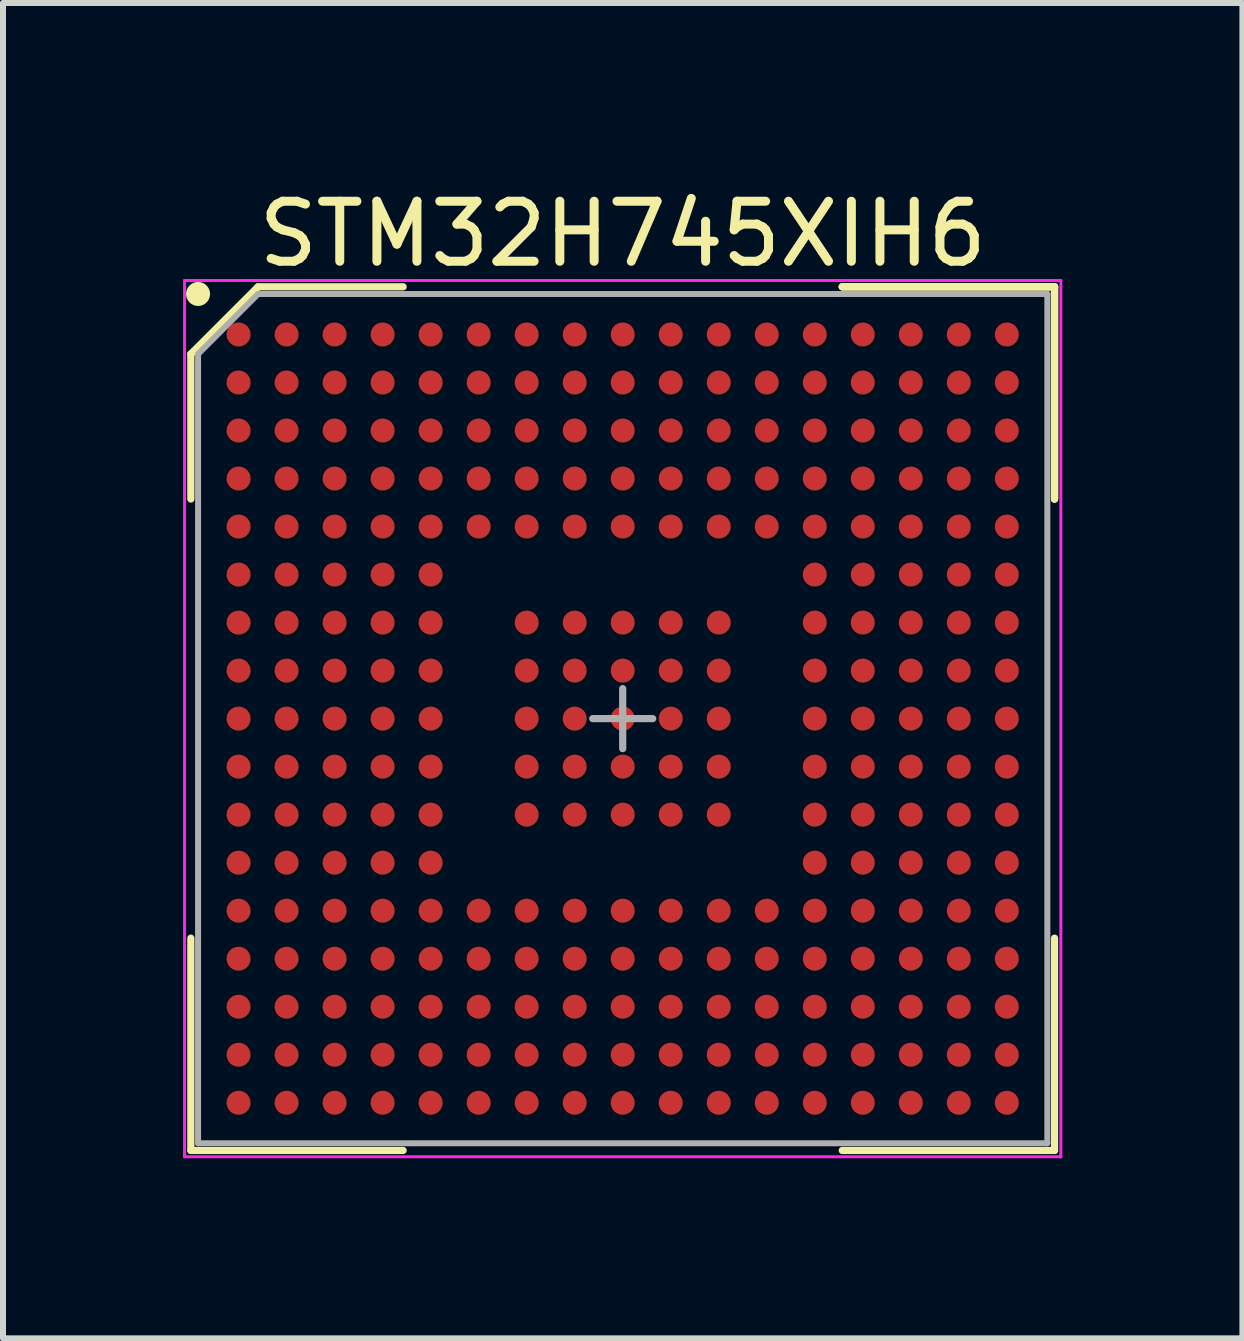
<source format=kicad_pcb>
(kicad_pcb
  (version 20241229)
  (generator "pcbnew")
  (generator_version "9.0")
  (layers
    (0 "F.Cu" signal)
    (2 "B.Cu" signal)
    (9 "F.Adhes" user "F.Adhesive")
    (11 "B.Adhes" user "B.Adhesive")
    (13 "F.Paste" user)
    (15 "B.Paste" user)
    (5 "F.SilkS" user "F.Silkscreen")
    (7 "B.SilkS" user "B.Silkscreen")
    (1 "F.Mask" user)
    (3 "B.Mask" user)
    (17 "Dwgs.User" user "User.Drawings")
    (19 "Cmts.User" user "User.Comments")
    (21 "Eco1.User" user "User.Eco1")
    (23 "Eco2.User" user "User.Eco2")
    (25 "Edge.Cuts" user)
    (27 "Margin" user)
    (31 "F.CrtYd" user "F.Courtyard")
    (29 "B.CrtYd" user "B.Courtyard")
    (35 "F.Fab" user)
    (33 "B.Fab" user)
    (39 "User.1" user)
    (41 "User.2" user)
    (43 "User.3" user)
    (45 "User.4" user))
  (footprint "STM32H745XIH6"
    (layer "F.Cu")
    (at 7.325 8.923)
    (property "Reference" "STM32H745XIH6" (at 0 -8.075 0) (layer "F.SilkS") (effects (font (size 1 1) (thickness 0.15))))
    (attr smd)
    (fp_line (start -7.195 -6.075) (end -7.195 -3.658) (stroke (width 0.12) (type solid)) (layer "F.SilkS"))
    (fp_line (start -7.195 7.195) (end -7.195 3.658) (stroke (width 0.12) (type solid)) (layer "F.SilkS"))
    (fp_line (start -6.075 -7.195) (end -7.195 -6.075) (stroke (width 0.12) (type solid)) (layer "F.SilkS"))
    (fp_line (start -3.658 -7.195) (end -6.075 -7.195) (stroke (width 0.12) (type solid)) (layer "F.SilkS"))
    (fp_line (start -3.658 7.195) (end -7.195 7.195) (stroke (width 0.12) (type solid)) (layer "F.SilkS"))
    (fp_line (start 3.658 -7.195) (end 7.195 -7.195) (stroke (width 0.12) (type solid)) (layer "F.SilkS"))
    (fp_line (start 3.658 -7.195) (end 7.195 -7.195) (stroke (width 0.12) (type solid)) (layer "F.SilkS"))
    (fp_line (start 3.658 -7.195) (end 7.195 -7.195) (stroke (width 0.12) (type solid)) (layer "F.SilkS"))
    (fp_line (start 3.658 7.195) (end 7.195 7.195) (stroke (width 0.12) (type solid)) (layer "F.SilkS"))
    (fp_line (start 7.195 -7.195) (end 7.195 -3.658) (stroke (width 0.12) (type solid)) (layer "F.SilkS"))
    (fp_line (start 7.195 -7.195) (end 7.195 -3.658) (stroke (width 0.12) (type solid)) (layer "F.SilkS"))
    (fp_line (start 7.195 -7.195) (end 7.195 -3.658) (stroke (width 0.12) (type solid)) (layer "F.SilkS"))
    (fp_line (start 7.195 7.195) (end 7.195 3.658) (stroke (width 0.12) (type solid)) (layer "F.SilkS"))
    (fp_circle (center -7.075 -7.075) (end -7.075 -6.975) (stroke (width 0.2) (type solid)) (fill no) (layer "F.SilkS"))
    (fp_line (start -7.3 -7.3) (end 7.3 -7.3) (stroke (width 0.05) (type solid)) (layer "F.CrtYd"))
    (fp_line (start -7.3 7.3) (end -7.3 -7.3) (stroke (width 0.05) (type solid)) (layer "F.CrtYd"))
    (fp_line (start 7.3 -7.3) (end 7.3 7.3) (stroke (width 0.05) (type solid)) (layer "F.CrtYd"))
    (fp_line (start 7.3 7.3) (end -7.3 7.3) (stroke (width 0.05) (type solid)) (layer "F.CrtYd"))
    (fp_line (start -7.075 -6.075) (end -7.075 7.075) (stroke (width 0.1) (type solid)) (layer "F.Fab"))
    (fp_line (start -7.075 7.075) (end 7.075 7.075) (stroke (width 0.1) (type solid)) (layer "F.Fab"))
    (fp_line (start -6.075 -7.075) (end -7.075 -6.075) (stroke (width 0.1) (type solid)) (layer "F.Fab"))
    (fp_line (start -0.5 0) (end 0.5 0) (stroke (width 0.12) (type solid)) (layer "F.Fab"))
    (fp_line (start 0 -0.5) (end 0 0.5) (stroke (width 0.12) (type solid)) (layer "F.Fab"))
    (fp_line (start 7.075 -7.075) (end -6.075 -7.075) (stroke (width 0.1) (type solid)) (layer "F.Fab"))
    (fp_line (start 7.075 7.075) (end 7.075 -7.075) (stroke (width 0.1) (type solid)) (layer "F.Fab"))
    (pad "A1" smd circle (at -6.4 -6.4) (size 0.4 0.4) (layers "F.Cu" "F.Mask" "F.Paste"))
    (pad "A2" smd circle (at -5.6 -6.4) (size 0.4 0.4) (layers "F.Cu" "F.Mask" "F.Paste"))
    (pad "A3" smd circle (at -4.8 -6.4) (size 0.4 0.4) (layers "F.Cu" "F.Mask" "F.Paste"))
    (pad "A4" smd circle (at -4 -6.4) (size 0.4 0.4) (layers "F.Cu" "F.Mask" "F.Paste"))
    (pad "A5" smd circle (at -3.2 -6.4) (size 0.4 0.4) (layers "F.Cu" "F.Mask" "F.Paste"))
    (pad "A6" smd circle (at -2.4 -6.4) (size 0.4 0.4) (layers "F.Cu" "F.Mask" "F.Paste"))
    (pad "A7" smd circle (at -1.6 -6.4) (size 0.4 0.4) (layers "F.Cu" "F.Mask" "F.Paste"))
    (pad "A8" smd circle (at -0.8 -6.4) (size 0.4 0.4) (layers "F.Cu" "F.Mask" "F.Paste"))
    (pad "A9" smd circle (at 0 -6.4) (size 0.4 0.4) (layers "F.Cu" "F.Mask" "F.Paste"))
    (pad "A10" smd circle (at 0.8 -6.4) (size 0.4 0.4) (layers "F.Cu" "F.Mask" "F.Paste"))
    (pad "A11" smd circle (at 1.6 -6.4) (size 0.4 0.4) (layers "F.Cu" "F.Mask" "F.Paste"))
    (pad "A12" smd circle (at 2.4 -6.4) (size 0.4 0.4) (layers "F.Cu" "F.Mask" "F.Paste"))
    (pad "A13" smd circle (at 3.2 -6.4) (size 0.4 0.4) (layers "F.Cu" "F.Mask" "F.Paste"))
    (pad "A14" smd circle (at 4 -6.4) (size 0.4 0.4) (layers "F.Cu" "F.Mask" "F.Paste"))
    (pad "A15" smd circle (at 4.8 -6.4) (size 0.4 0.4) (layers "F.Cu" "F.Mask" "F.Paste"))
    (pad "A16" smd circle (at 5.6 -6.4) (size 0.4 0.4) (layers "F.Cu" "F.Mask" "F.Paste"))
    (pad "A17" smd circle (at 6.4 -6.4) (size 0.4 0.4) (layers "F.Cu" "F.Mask" "F.Paste"))
    (pad "B1" smd circle (at -6.4 -5.6) (size 0.4 0.4) (layers "F.Cu" "F.Mask" "F.Paste"))
    (pad "B2" smd circle (at -5.6 -5.6) (size 0.4 0.4) (layers "F.Cu" "F.Mask" "F.Paste"))
    (pad "B3" smd circle (at -4.8 -5.6) (size 0.4 0.4) (layers "F.Cu" "F.Mask" "F.Paste"))
    (pad "B4" smd circle (at -4 -5.6) (size 0.4 0.4) (layers "F.Cu" "F.Mask" "F.Paste"))
    (pad "B5" smd circle (at -3.2 -5.6) (size 0.4 0.4) (layers "F.Cu" "F.Mask" "F.Paste"))
    (pad "B6" smd circle (at -2.4 -5.6) (size 0.4 0.4) (layers "F.Cu" "F.Mask" "F.Paste"))
    (pad "B7" smd circle (at -1.6 -5.6) (size 0.4 0.4) (layers "F.Cu" "F.Mask" "F.Paste"))
    (pad "B8" smd circle (at -0.8 -5.6) (size 0.4 0.4) (layers "F.Cu" "F.Mask" "F.Paste"))
    (pad "B9" smd circle (at 0 -5.6) (size 0.4 0.4) (layers "F.Cu" "F.Mask" "F.Paste"))
    (pad "B10" smd circle (at 0.8 -5.6) (size 0.4 0.4) (layers "F.Cu" "F.Mask" "F.Paste"))
    (pad "B11" smd circle (at 1.6 -5.6) (size 0.4 0.4) (layers "F.Cu" "F.Mask" "F.Paste"))
    (pad "B12" smd circle (at 2.4 -5.6) (size 0.4 0.4) (layers "F.Cu" "F.Mask" "F.Paste"))
    (pad "B13" smd circle (at 3.2 -5.6) (size 0.4 0.4) (layers "F.Cu" "F.Mask" "F.Paste"))
    (pad "B14" smd circle (at 4 -5.6) (size 0.4 0.4) (layers "F.Cu" "F.Mask" "F.Paste"))
    (pad "B15" smd circle (at 4.8 -5.6) (size 0.4 0.4) (layers "F.Cu" "F.Mask" "F.Paste"))
    (pad "B16" smd circle (at 5.6 -5.6) (size 0.4 0.4) (layers "F.Cu" "F.Mask" "F.Paste"))
    (pad "B17" smd circle (at 6.4 -5.6) (size 0.4 0.4) (layers "F.Cu" "F.Mask" "F.Paste"))
    (pad "C1" smd circle (at -6.4 -4.8) (size 0.4 0.4) (layers "F.Cu" "F.Mask" "F.Paste"))
    (pad "C2" smd circle (at -5.6 -4.8) (size 0.4 0.4) (layers "F.Cu" "F.Mask" "F.Paste"))
    (pad "C3" smd circle (at -4.8 -4.8) (size 0.4 0.4) (layers "F.Cu" "F.Mask" "F.Paste"))
    (pad "C4" smd circle (at -4 -4.8) (size 0.4 0.4) (layers "F.Cu" "F.Mask" "F.Paste"))
    (pad "C5" smd circle (at -3.2 -4.8) (size 0.4 0.4) (layers "F.Cu" "F.Mask" "F.Paste"))
    (pad "C6" smd circle (at -2.4 -4.8) (size 0.4 0.4) (layers "F.Cu" "F.Mask" "F.Paste"))
    (pad "C7" smd circle (at -1.6 -4.8) (size 0.4 0.4) (layers "F.Cu" "F.Mask" "F.Paste"))
    (pad "C8" smd circle (at -0.8 -4.8) (size 0.4 0.4) (layers "F.Cu" "F.Mask" "F.Paste"))
    (pad "C9" smd circle (at 0 -4.8) (size 0.4 0.4) (layers "F.Cu" "F.Mask" "F.Paste"))
    (pad "C10" smd circle (at 0.8 -4.8) (size 0.4 0.4) (layers "F.Cu" "F.Mask" "F.Paste"))
    (pad "C11" smd circle (at 1.6 -4.8) (size 0.4 0.4) (layers "F.Cu" "F.Mask" "F.Paste"))
    (pad "C12" smd circle (at 2.4 -4.8) (size 0.4 0.4) (layers "F.Cu" "F.Mask" "F.Paste"))
    (pad "C13" smd circle (at 3.2 -4.8) (size 0.4 0.4) (layers "F.Cu" "F.Mask" "F.Paste"))
    (pad "C14" smd circle (at 4 -4.8) (size 0.4 0.4) (layers "F.Cu" "F.Mask" "F.Paste"))
    (pad "C15" smd circle (at 4.8 -4.8) (size 0.4 0.4) (layers "F.Cu" "F.Mask" "F.Paste"))
    (pad "C16" smd circle (at 5.6 -4.8) (size 0.4 0.4) (layers "F.Cu" "F.Mask" "F.Paste"))
    (pad "C17" smd circle (at 6.4 -4.8) (size 0.4 0.4) (layers "F.Cu" "F.Mask" "F.Paste"))
    (pad "D1" smd circle (at -6.4 -4) (size 0.4 0.4) (layers "F.Cu" "F.Mask" "F.Paste"))
    (pad "D2" smd circle (at -5.6 -4) (size 0.4 0.4) (layers "F.Cu" "F.Mask" "F.Paste"))
    (pad "D3" smd circle (at -4.8 -4) (size 0.4 0.4) (layers "F.Cu" "F.Mask" "F.Paste"))
    (pad "D4" smd circle (at -4 -4) (size 0.4 0.4) (layers "F.Cu" "F.Mask" "F.Paste"))
    (pad "D5" smd circle (at -3.2 -4) (size 0.4 0.4) (layers "F.Cu" "F.Mask" "F.Paste"))
    (pad "D6" smd circle (at -2.4 -4) (size 0.4 0.4) (layers "F.Cu" "F.Mask" "F.Paste"))
    (pad "D7" smd circle (at -1.6 -4) (size 0.4 0.4) (layers "F.Cu" "F.Mask" "F.Paste"))
    (pad "D8" smd circle (at -0.8 -4) (size 0.4 0.4) (layers "F.Cu" "F.Mask" "F.Paste"))
    (pad "D9" smd circle (at 0 -4) (size 0.4 0.4) (layers "F.Cu" "F.Mask" "F.Paste"))
    (pad "D10" smd circle (at 0.8 -4) (size 0.4 0.4) (layers "F.Cu" "F.Mask" "F.Paste"))
    (pad "D11" smd circle (at 1.6 -4) (size 0.4 0.4) (layers "F.Cu" "F.Mask" "F.Paste"))
    (pad "D12" smd circle (at 2.4 -4) (size 0.4 0.4) (layers "F.Cu" "F.Mask" "F.Paste"))
    (pad "D13" smd circle (at 3.2 -4) (size 0.4 0.4) (layers "F.Cu" "F.Mask" "F.Paste"))
    (pad "D14" smd circle (at 4 -4) (size 0.4 0.4) (layers "F.Cu" "F.Mask" "F.Paste"))
    (pad "D15" smd circle (at 4.8 -4) (size 0.4 0.4) (layers "F.Cu" "F.Mask" "F.Paste"))
    (pad "D16" smd circle (at 5.6 -4) (size 0.4 0.4) (layers "F.Cu" "F.Mask" "F.Paste"))
    (pad "D17" smd circle (at 6.4 -4) (size 0.4 0.4) (layers "F.Cu" "F.Mask" "F.Paste"))
    (pad "E1" smd circle (at -6.4 -3.2) (size 0.4 0.4) (layers "F.Cu" "F.Mask" "F.Paste"))
    (pad "E2" smd circle (at -5.6 -3.2) (size 0.4 0.4) (layers "F.Cu" "F.Mask" "F.Paste"))
    (pad "E3" smd circle (at -4.8 -3.2) (size 0.4 0.4) (layers "F.Cu" "F.Mask" "F.Paste"))
    (pad "E4" smd circle (at -4 -3.2) (size 0.4 0.4) (layers "F.Cu" "F.Mask" "F.Paste"))
    (pad "E5" smd circle (at -3.2 -3.2) (size 0.4 0.4) (layers "F.Cu" "F.Mask" "F.Paste"))
    (pad "E6" smd circle (at -2.4 -3.2) (size 0.4 0.4) (layers "F.Cu" "F.Mask" "F.Paste"))
    (pad "E7" smd circle (at -1.6 -3.2) (size 0.4 0.4) (layers "F.Cu" "F.Mask" "F.Paste"))
    (pad "E8" smd circle (at -0.8 -3.2) (size 0.4 0.4) (layers "F.Cu" "F.Mask" "F.Paste"))
    (pad "E9" smd circle (at 0 -3.2) (size 0.4 0.4) (layers "F.Cu" "F.Mask" "F.Paste"))
    (pad "E10" smd circle (at 0.8 -3.2) (size 0.4 0.4) (layers "F.Cu" "F.Mask" "F.Paste"))
    (pad "E11" smd circle (at 1.6 -3.2) (size 0.4 0.4) (layers "F.Cu" "F.Mask" "F.Paste"))
    (pad "E12" smd circle (at 2.4 -3.2) (size 0.4 0.4) (layers "F.Cu" "F.Mask" "F.Paste"))
    (pad "E13" smd circle (at 3.2 -3.2) (size 0.4 0.4) (layers "F.Cu" "F.Mask" "F.Paste"))
    (pad "E14" smd circle (at 4 -3.2) (size 0.4 0.4) (layers "F.Cu" "F.Mask" "F.Paste"))
    (pad "E15" smd circle (at 4.8 -3.2) (size 0.4 0.4) (layers "F.Cu" "F.Mask" "F.Paste"))
    (pad "E16" smd circle (at 5.6 -3.2) (size 0.4 0.4) (layers "F.Cu" "F.Mask" "F.Paste"))
    (pad "E17" smd circle (at 6.4 -3.2) (size 0.4 0.4) (layers "F.Cu" "F.Mask" "F.Paste"))
    (pad "F1" smd circle (at -6.4 -2.4) (size 0.4 0.4) (layers "F.Cu" "F.Mask" "F.Paste"))
    (pad "F2" smd circle (at -5.6 -2.4) (size 0.4 0.4) (layers "F.Cu" "F.Mask" "F.Paste"))
    (pad "F3" smd circle (at -4.8 -2.4) (size 0.4 0.4) (layers "F.Cu" "F.Mask" "F.Paste"))
    (pad "F4" smd circle (at -4 -2.4) (size 0.4 0.4) (layers "F.Cu" "F.Mask" "F.Paste"))
    (pad "F5" smd circle (at -3.2 -2.4) (size 0.4 0.4) (layers "F.Cu" "F.Mask" "F.Paste"))
    (pad "F13" smd circle (at 3.2 -2.4) (size 0.4 0.4) (layers "F.Cu" "F.Mask" "F.Paste"))
    (pad "F14" smd circle (at 4 -2.4) (size 0.4 0.4) (layers "F.Cu" "F.Mask" "F.Paste"))
    (pad "F15" smd circle (at 4.8 -2.4) (size 0.4 0.4) (layers "F.Cu" "F.Mask" "F.Paste"))
    (pad "F16" smd circle (at 5.6 -2.4) (size 0.4 0.4) (layers "F.Cu" "F.Mask" "F.Paste"))
    (pad "F17" smd circle (at 6.4 -2.4) (size 0.4 0.4) (layers "F.Cu" "F.Mask" "F.Paste"))
    (pad "G1" smd circle (at -6.4 -1.6) (size 0.4 0.4) (layers "F.Cu" "F.Mask" "F.Paste"))
    (pad "G2" smd circle (at -5.6 -1.6) (size 0.4 0.4) (layers "F.Cu" "F.Mask" "F.Paste"))
    (pad "G3" smd circle (at -4.8 -1.6) (size 0.4 0.4) (layers "F.Cu" "F.Mask" "F.Paste"))
    (pad "G4" smd circle (at -4 -1.6) (size 0.4 0.4) (layers "F.Cu" "F.Mask" "F.Paste"))
    (pad "G5" smd circle (at -3.2 -1.6) (size 0.4 0.4) (layers "F.Cu" "F.Mask" "F.Paste"))
    (pad "G7" smd circle (at -1.6 -1.6) (size 0.4 0.4) (layers "F.Cu" "F.Mask" "F.Paste"))
    (pad "G8" smd circle (at -0.8 -1.6) (size 0.4 0.4) (layers "F.Cu" "F.Mask" "F.Paste"))
    (pad "G9" smd circle (at 0 -1.6) (size 0.4 0.4) (layers "F.Cu" "F.Mask" "F.Paste"))
    (pad "G10" smd circle (at 0.8 -1.6) (size 0.4 0.4) (layers "F.Cu" "F.Mask" "F.Paste"))
    (pad "G11" smd circle (at 1.6 -1.6) (size 0.4 0.4) (layers "F.Cu" "F.Mask" "F.Paste"))
    (pad "G13" smd circle (at 3.2 -1.6) (size 0.4 0.4) (layers "F.Cu" "F.Mask" "F.Paste"))
    (pad "G14" smd circle (at 4 -1.6) (size 0.4 0.4) (layers "F.Cu" "F.Mask" "F.Paste"))
    (pad "G15" smd circle (at 4.8 -1.6) (size 0.4 0.4) (layers "F.Cu" "F.Mask" "F.Paste"))
    (pad "G16" smd circle (at 5.6 -1.6) (size 0.4 0.4) (layers "F.Cu" "F.Mask" "F.Paste"))
    (pad "G17" smd circle (at 6.4 -1.6) (size 0.4 0.4) (layers "F.Cu" "F.Mask" "F.Paste"))
    (pad "H1" smd circle (at -6.4 -0.8) (size 0.4 0.4) (layers "F.Cu" "F.Mask" "F.Paste"))
    (pad "H2" smd circle (at -5.6 -0.8) (size 0.4 0.4) (layers "F.Cu" "F.Mask" "F.Paste"))
    (pad "H3" smd circle (at -4.8 -0.8) (size 0.4 0.4) (layers "F.Cu" "F.Mask" "F.Paste"))
    (pad "H4" smd circle (at -4 -0.8) (size 0.4 0.4) (layers "F.Cu" "F.Mask" "F.Paste"))
    (pad "H5" smd circle (at -3.2 -0.8) (size 0.4 0.4) (layers "F.Cu" "F.Mask" "F.Paste"))
    (pad "H7" smd circle (at -1.6 -0.8) (size 0.4 0.4) (layers "F.Cu" "F.Mask" "F.Paste"))
    (pad "H8" smd circle (at -0.8 -0.8) (size 0.4 0.4) (layers "F.Cu" "F.Mask" "F.Paste"))
    (pad "H9" smd circle (at 0 -0.8) (size 0.4 0.4) (layers "F.Cu" "F.Mask" "F.Paste"))
    (pad "H10" smd circle (at 0.8 -0.8) (size 0.4 0.4) (layers "F.Cu" "F.Mask" "F.Paste"))
    (pad "H11" smd circle (at 1.6 -0.8) (size 0.4 0.4) (layers "F.Cu" "F.Mask" "F.Paste"))
    (pad "H13" smd circle (at 3.2 -0.8) (size 0.4 0.4) (layers "F.Cu" "F.Mask" "F.Paste"))
    (pad "H14" smd circle (at 4 -0.8) (size 0.4 0.4) (layers "F.Cu" "F.Mask" "F.Paste"))
    (pad "H15" smd circle (at 4.8 -0.8) (size 0.4 0.4) (layers "F.Cu" "F.Mask" "F.Paste"))
    (pad "H16" smd circle (at 5.6 -0.8) (size 0.4 0.4) (layers "F.Cu" "F.Mask" "F.Paste"))
    (pad "H17" smd circle (at 6.4 -0.8) (size 0.4 0.4) (layers "F.Cu" "F.Mask" "F.Paste"))
    (pad "J1" smd circle (at -6.4 0) (size 0.4 0.4) (layers "F.Cu" "F.Mask" "F.Paste"))
    (pad "J2" smd circle (at -5.6 0) (size 0.4 0.4) (layers "F.Cu" "F.Mask" "F.Paste"))
    (pad "J3" smd circle (at -4.8 0) (size 0.4 0.4) (layers "F.Cu" "F.Mask" "F.Paste"))
    (pad "J4" smd circle (at -4 0) (size 0.4 0.4) (layers "F.Cu" "F.Mask" "F.Paste"))
    (pad "J5" smd circle (at -3.2 0) (size 0.4 0.4) (layers "F.Cu" "F.Mask" "F.Paste"))
    (pad "J7" smd circle (at -1.6 0) (size 0.4 0.4) (layers "F.Cu" "F.Mask" "F.Paste"))
    (pad "J8" smd circle (at -0.8 0) (size 0.4 0.4) (layers "F.Cu" "F.Mask" "F.Paste"))
    (pad "J9" smd circle (at 0 0) (size 0.4 0.4) (layers "F.Cu" "F.Mask" "F.Paste"))
    (pad "J10" smd circle (at 0.8 0) (size 0.4 0.4) (layers "F.Cu" "F.Mask" "F.Paste"))
    (pad "J11" smd circle (at 1.6 0) (size 0.4 0.4) (layers "F.Cu" "F.Mask" "F.Paste"))
    (pad "J13" smd circle (at 3.2 0) (size 0.4 0.4) (layers "F.Cu" "F.Mask" "F.Paste"))
    (pad "J14" smd circle (at 4 0) (size 0.4 0.4) (layers "F.Cu" "F.Mask" "F.Paste"))
    (pad "J15" smd circle (at 4.8 0) (size 0.4 0.4) (layers "F.Cu" "F.Mask" "F.Paste"))
    (pad "J16" smd circle (at 5.6 0) (size 0.4 0.4) (layers "F.Cu" "F.Mask" "F.Paste"))
    (pad "J17" smd circle (at 6.4 0) (size 0.4 0.4) (layers "F.Cu" "F.Mask" "F.Paste"))
    (pad "K1" smd circle (at -6.4 0.8) (size 0.4 0.4) (layers "F.Cu" "F.Mask" "F.Paste"))
    (pad "K2" smd circle (at -5.6 0.8) (size 0.4 0.4) (layers "F.Cu" "F.Mask" "F.Paste"))
    (pad "K3" smd circle (at -4.8 0.8) (size 0.4 0.4) (layers "F.Cu" "F.Mask" "F.Paste"))
    (pad "K4" smd circle (at -4 0.8) (size 0.4 0.4) (layers "F.Cu" "F.Mask" "F.Paste"))
    (pad "K5" smd circle (at -3.2 0.8) (size 0.4 0.4) (layers "F.Cu" "F.Mask" "F.Paste"))
    (pad "K7" smd circle (at -1.6 0.8) (size 0.4 0.4) (layers "F.Cu" "F.Mask" "F.Paste"))
    (pad "K8" smd circle (at -0.8 0.8) (size 0.4 0.4) (layers "F.Cu" "F.Mask" "F.Paste"))
    (pad "K9" smd circle (at 0 0.8) (size 0.4 0.4) (layers "F.Cu" "F.Mask" "F.Paste"))
    (pad "K10" smd circle (at 0.8 0.8) (size 0.4 0.4) (layers "F.Cu" "F.Mask" "F.Paste"))
    (pad "K11" smd circle (at 1.6 0.8) (size 0.4 0.4) (layers "F.Cu" "F.Mask" "F.Paste"))
    (pad "K13" smd circle (at 3.2 0.8) (size 0.4 0.4) (layers "F.Cu" "F.Mask" "F.Paste"))
    (pad "K14" smd circle (at 4 0.8) (size 0.4 0.4) (layers "F.Cu" "F.Mask" "F.Paste"))
    (pad "K15" smd circle (at 4.8 0.8) (size 0.4 0.4) (layers "F.Cu" "F.Mask" "F.Paste"))
    (pad "K16" smd circle (at 5.6 0.8) (size 0.4 0.4) (layers "F.Cu" "F.Mask" "F.Paste"))
    (pad "K17" smd circle (at 6.4 0.8) (size 0.4 0.4) (layers "F.Cu" "F.Mask" "F.Paste"))
    (pad "L1" smd circle (at -6.4 1.6) (size 0.4 0.4) (layers "F.Cu" "F.Mask" "F.Paste"))
    (pad "L2" smd circle (at -5.6 1.6) (size 0.4 0.4) (layers "F.Cu" "F.Mask" "F.Paste"))
    (pad "L3" smd circle (at -4.8 1.6) (size 0.4 0.4) (layers "F.Cu" "F.Mask" "F.Paste"))
    (pad "L4" smd circle (at -4 1.6) (size 0.4 0.4) (layers "F.Cu" "F.Mask" "F.Paste"))
    (pad "L5" smd circle (at -3.2 1.6) (size 0.4 0.4) (layers "F.Cu" "F.Mask" "F.Paste"))
    (pad "L7" smd circle (at -1.6 1.6) (size 0.4 0.4) (layers "F.Cu" "F.Mask" "F.Paste"))
    (pad "L8" smd circle (at -0.8 1.6) (size 0.4 0.4) (layers "F.Cu" "F.Mask" "F.Paste"))
    (pad "L9" smd circle (at 0 1.6) (size 0.4 0.4) (layers "F.Cu" "F.Mask" "F.Paste"))
    (pad "L10" smd circle (at 0.8 1.6) (size 0.4 0.4) (layers "F.Cu" "F.Mask" "F.Paste"))
    (pad "L11" smd circle (at 1.6 1.6) (size 0.4 0.4) (layers "F.Cu" "F.Mask" "F.Paste"))
    (pad "L13" smd circle (at 3.2 1.6) (size 0.4 0.4) (layers "F.Cu" "F.Mask" "F.Paste"))
    (pad "L14" smd circle (at 4 1.6) (size 0.4 0.4) (layers "F.Cu" "F.Mask" "F.Paste"))
    (pad "L15" smd circle (at 4.8 1.6) (size 0.4 0.4) (layers "F.Cu" "F.Mask" "F.Paste"))
    (pad "L16" smd circle (at 5.6 1.6) (size 0.4 0.4) (layers "F.Cu" "F.Mask" "F.Paste"))
    (pad "L17" smd circle (at 6.4 1.6) (size 0.4 0.4) (layers "F.Cu" "F.Mask" "F.Paste"))
    (pad "M1" smd circle (at -6.4 2.4) (size 0.4 0.4) (layers "F.Cu" "F.Mask" "F.Paste"))
    (pad "M2" smd circle (at -5.6 2.4) (size 0.4 0.4) (layers "F.Cu" "F.Mask" "F.Paste"))
    (pad "M3" smd circle (at -4.8 2.4) (size 0.4 0.4) (layers "F.Cu" "F.Mask" "F.Paste"))
    (pad "M4" smd circle (at -4 2.4) (size 0.4 0.4) (layers "F.Cu" "F.Mask" "F.Paste"))
    (pad "M5" smd circle (at -3.2 2.4) (size 0.4 0.4) (layers "F.Cu" "F.Mask" "F.Paste"))
    (pad "M13" smd circle (at 3.2 2.4) (size 0.4 0.4) (layers "F.Cu" "F.Mask" "F.Paste"))
    (pad "M14" smd circle (at 4 2.4) (size 0.4 0.4) (layers "F.Cu" "F.Mask" "F.Paste"))
    (pad "M15" smd circle (at 4.8 2.4) (size 0.4 0.4) (layers "F.Cu" "F.Mask" "F.Paste"))
    (pad "M16" smd circle (at 5.6 2.4) (size 0.4 0.4) (layers "F.Cu" "F.Mask" "F.Paste"))
    (pad "M17" smd circle (at 6.4 2.4) (size 0.4 0.4) (layers "F.Cu" "F.Mask" "F.Paste"))
    (pad "N1" smd circle (at -6.4 3.2) (size 0.4 0.4) (layers "F.Cu" "F.Mask" "F.Paste"))
    (pad "N2" smd circle (at -5.6 3.2) (size 0.4 0.4) (layers "F.Cu" "F.Mask" "F.Paste"))
    (pad "N3" smd circle (at -4.8 3.2) (size 0.4 0.4) (layers "F.Cu" "F.Mask" "F.Paste"))
    (pad "N4" smd circle (at -4 3.2) (size 0.4 0.4) (layers "F.Cu" "F.Mask" "F.Paste"))
    (pad "N5" smd circle (at -3.2 3.2) (size 0.4 0.4) (layers "F.Cu" "F.Mask" "F.Paste"))
    (pad "N6" smd circle (at -2.4 3.2) (size 0.4 0.4) (layers "F.Cu" "F.Mask" "F.Paste"))
    (pad "N7" smd circle (at -1.6 3.2) (size 0.4 0.4) (layers "F.Cu" "F.Mask" "F.Paste"))
    (pad "N8" smd circle (at -0.8 3.2) (size 0.4 0.4) (layers "F.Cu" "F.Mask" "F.Paste"))
    (pad "N9" smd circle (at 0 3.2) (size 0.4 0.4) (layers "F.Cu" "F.Mask" "F.Paste"))
    (pad "N10" smd circle (at 0.8 3.2) (size 0.4 0.4) (layers "F.Cu" "F.Mask" "F.Paste"))
    (pad "N11" smd circle (at 1.6 3.2) (size 0.4 0.4) (layers "F.Cu" "F.Mask" "F.Paste"))
    (pad "N12" smd circle (at 2.4 3.2) (size 0.4 0.4) (layers "F.Cu" "F.Mask" "F.Paste"))
    (pad "N13" smd circle (at 3.2 3.2) (size 0.4 0.4) (layers "F.Cu" "F.Mask" "F.Paste"))
    (pad "N14" smd circle (at 4 3.2) (size 0.4 0.4) (layers "F.Cu" "F.Mask" "F.Paste"))
    (pad "N15" smd circle (at 4.8 3.2) (size 0.4 0.4) (layers "F.Cu" "F.Mask" "F.Paste"))
    (pad "N16" smd circle (at 5.6 3.2) (size 0.4 0.4) (layers "F.Cu" "F.Mask" "F.Paste"))
    (pad "N17" smd circle (at 6.4 3.2) (size 0.4 0.4) (layers "F.Cu" "F.Mask" "F.Paste"))
    (pad "P1" smd circle (at -6.4 4) (size 0.4 0.4) (layers "F.Cu" "F.Mask" "F.Paste"))
    (pad "P2" smd circle (at -5.6 4) (size 0.4 0.4) (layers "F.Cu" "F.Mask" "F.Paste"))
    (pad "P3" smd circle (at -4.8 4) (size 0.4 0.4) (layers "F.Cu" "F.Mask" "F.Paste"))
    (pad "P4" smd circle (at -4 4) (size 0.4 0.4) (layers "F.Cu" "F.Mask" "F.Paste"))
    (pad "P5" smd circle (at -3.2 4) (size 0.4 0.4) (layers "F.Cu" "F.Mask" "F.Paste"))
    (pad "P6" smd circle (at -2.4 4) (size 0.4 0.4) (layers "F.Cu" "F.Mask" "F.Paste"))
    (pad "P7" smd circle (at -1.6 4) (size 0.4 0.4) (layers "F.Cu" "F.Mask" "F.Paste"))
    (pad "P8" smd circle (at -0.8 4) (size 0.4 0.4) (layers "F.Cu" "F.Mask" "F.Paste"))
    (pad "P9" smd circle (at 0 4) (size 0.4 0.4) (layers "F.Cu" "F.Mask" "F.Paste"))
    (pad "P10" smd circle (at 0.8 4) (size 0.4 0.4) (layers "F.Cu" "F.Mask" "F.Paste"))
    (pad "P11" smd circle (at 1.6 4) (size 0.4 0.4) (layers "F.Cu" "F.Mask" "F.Paste"))
    (pad "P12" smd circle (at 2.4 4) (size 0.4 0.4) (layers "F.Cu" "F.Mask" "F.Paste"))
    (pad "P13" smd circle (at 3.2 4) (size 0.4 0.4) (layers "F.Cu" "F.Mask" "F.Paste"))
    (pad "P14" smd circle (at 4 4) (size 0.4 0.4) (layers "F.Cu" "F.Mask" "F.Paste"))
    (pad "P15" smd circle (at 4.8 4) (size 0.4 0.4) (layers "F.Cu" "F.Mask" "F.Paste"))
    (pad "P16" smd circle (at 5.6 4) (size 0.4 0.4) (layers "F.Cu" "F.Mask" "F.Paste"))
    (pad "P17" smd circle (at 6.4 4) (size 0.4 0.4) (layers "F.Cu" "F.Mask" "F.Paste"))
    (pad "R1" smd circle (at -6.4 4.8) (size 0.4 0.4) (layers "F.Cu" "F.Mask" "F.Paste"))
    (pad "R2" smd circle (at -5.6 4.8) (size 0.4 0.4) (layers "F.Cu" "F.Mask" "F.Paste"))
    (pad "R3" smd circle (at -4.8 4.8) (size 0.4 0.4) (layers "F.Cu" "F.Mask" "F.Paste"))
    (pad "R4" smd circle (at -4 4.8) (size 0.4 0.4) (layers "F.Cu" "F.Mask" "F.Paste"))
    (pad "R5" smd circle (at -3.2 4.8) (size 0.4 0.4) (layers "F.Cu" "F.Mask" "F.Paste"))
    (pad "R6" smd circle (at -2.4 4.8) (size 0.4 0.4) (layers "F.Cu" "F.Mask" "F.Paste"))
    (pad "R7" smd circle (at -1.6 4.8) (size 0.4 0.4) (layers "F.Cu" "F.Mask" "F.Paste"))
    (pad "R8" smd circle (at -0.8 4.8) (size 0.4 0.4) (layers "F.Cu" "F.Mask" "F.Paste"))
    (pad "R9" smd circle (at 0 4.8) (size 0.4 0.4) (layers "F.Cu" "F.Mask" "F.Paste"))
    (pad "R10" smd circle (at 0.8 4.8) (size 0.4 0.4) (layers "F.Cu" "F.Mask" "F.Paste"))
    (pad "R11" smd circle (at 1.6 4.8) (size 0.4 0.4) (layers "F.Cu" "F.Mask" "F.Paste"))
    (pad "R12" smd circle (at 2.4 4.8) (size 0.4 0.4) (layers "F.Cu" "F.Mask" "F.Paste"))
    (pad "R13" smd circle (at 3.2 4.8) (size 0.4 0.4) (layers "F.Cu" "F.Mask" "F.Paste"))
    (pad "R14" smd circle (at 4 4.8) (size 0.4 0.4) (layers "F.Cu" "F.Mask" "F.Paste"))
    (pad "R15" smd circle (at 4.8 4.8) (size 0.4 0.4) (layers "F.Cu" "F.Mask" "F.Paste"))
    (pad "R16" smd circle (at 5.6 4.8) (size 0.4 0.4) (layers "F.Cu" "F.Mask" "F.Paste"))
    (pad "R17" smd circle (at 6.4 4.8) (size 0.4 0.4) (layers "F.Cu" "F.Mask" "F.Paste"))
    (pad "T1" smd circle (at -6.4 5.6) (size 0.4 0.4) (layers "F.Cu" "F.Mask" "F.Paste"))
    (pad "T2" smd circle (at -5.6 5.6) (size 0.4 0.4) (layers "F.Cu" "F.Mask" "F.Paste"))
    (pad "T3" smd circle (at -4.8 5.6) (size 0.4 0.4) (layers "F.Cu" "F.Mask" "F.Paste"))
    (pad "T4" smd circle (at -4 5.6) (size 0.4 0.4) (layers "F.Cu" "F.Mask" "F.Paste"))
    (pad "T5" smd circle (at -3.2 5.6) (size 0.4 0.4) (layers "F.Cu" "F.Mask" "F.Paste"))
    (pad "T6" smd circle (at -2.4 5.6) (size 0.4 0.4) (layers "F.Cu" "F.Mask" "F.Paste"))
    (pad "T7" smd circle (at -1.6 5.6) (size 0.4 0.4) (layers "F.Cu" "F.Mask" "F.Paste"))
    (pad "T8" smd circle (at -0.8 5.6) (size 0.4 0.4) (layers "F.Cu" "F.Mask" "F.Paste"))
    (pad "T9" smd circle (at 0 5.6) (size 0.4 0.4) (layers "F.Cu" "F.Mask" "F.Paste"))
    (pad "T10" smd circle (at 0.8 5.6) (size 0.4 0.4) (layers "F.Cu" "F.Mask" "F.Paste"))
    (pad "T11" smd circle (at 1.6 5.6) (size 0.4 0.4) (layers "F.Cu" "F.Mask" "F.Paste"))
    (pad "T12" smd circle (at 2.4 5.6) (size 0.4 0.4) (layers "F.Cu" "F.Mask" "F.Paste"))
    (pad "T13" smd circle (at 3.2 5.6) (size 0.4 0.4) (layers "F.Cu" "F.Mask" "F.Paste"))
    (pad "T14" smd circle (at 4 5.6) (size 0.4 0.4) (layers "F.Cu" "F.Mask" "F.Paste"))
    (pad "T15" smd circle (at 4.8 5.6) (size 0.4 0.4) (layers "F.Cu" "F.Mask" "F.Paste"))
    (pad "T16" smd circle (at 5.6 5.6) (size 0.4 0.4) (layers "F.Cu" "F.Mask" "F.Paste"))
    (pad "T17" smd circle (at 6.4 5.6) (size 0.4 0.4) (layers "F.Cu" "F.Mask" "F.Paste"))
    (pad "U1" smd circle (at -6.4 6.4) (size 0.4 0.4) (layers "F.Cu" "F.Mask" "F.Paste"))
    (pad "U2" smd circle (at -5.6 6.4) (size 0.4 0.4) (layers "F.Cu" "F.Mask" "F.Paste"))
    (pad "U3" smd circle (at -4.8 6.4) (size 0.4 0.4) (layers "F.Cu" "F.Mask" "F.Paste"))
    (pad "U4" smd circle (at -4 6.4) (size 0.4 0.4) (layers "F.Cu" "F.Mask" "F.Paste"))
    (pad "U5" smd circle (at -3.2 6.4) (size 0.4 0.4) (layers "F.Cu" "F.Mask" "F.Paste"))
    (pad "U6" smd circle (at -2.4 6.4) (size 0.4 0.4) (layers "F.Cu" "F.Mask" "F.Paste"))
    (pad "U7" smd circle (at -1.6 6.4) (size 0.4 0.4) (layers "F.Cu" "F.Mask" "F.Paste"))
    (pad "U8" smd circle (at -0.8 6.4) (size 0.4 0.4) (layers "F.Cu" "F.Mask" "F.Paste"))
    (pad "U9" smd circle (at 0 6.4) (size 0.4 0.4) (layers "F.Cu" "F.Mask" "F.Paste"))
    (pad "U10" smd circle (at 0.8 6.4) (size 0.4 0.4) (layers "F.Cu" "F.Mask" "F.Paste"))
    (pad "U11" smd circle (at 1.6 6.4) (size 0.4 0.4) (layers "F.Cu" "F.Mask" "F.Paste"))
    (pad "U12" smd circle (at 2.4 6.4) (size 0.4 0.4) (layers "F.Cu" "F.Mask" "F.Paste"))
    (pad "U13" smd circle (at 3.2 6.4) (size 0.4 0.4) (layers "F.Cu" "F.Mask" "F.Paste"))
    (pad "U14" smd circle (at 4 6.4) (size 0.4 0.4) (layers "F.Cu" "F.Mask" "F.Paste"))
    (pad "U15" smd circle (at 4.8 6.4) (size 0.4 0.4) (layers "F.Cu" "F.Mask" "F.Paste"))
    (pad "U16" smd circle (at 5.6 6.4) (size 0.4 0.4) (layers "F.Cu" "F.Mask" "F.Paste"))
    (pad "U17" smd circle (at 6.4 6.4) (size 0.4 0.4) (layers "F.Cu" "F.Mask" "F.Paste")))
  (gr_rect
    (start -3 -3)
    (end 17.65 19.248)
    (stroke (width 0.1) (type default))
    (fill no)
    (layer "Edge.Cuts")))
</source>
